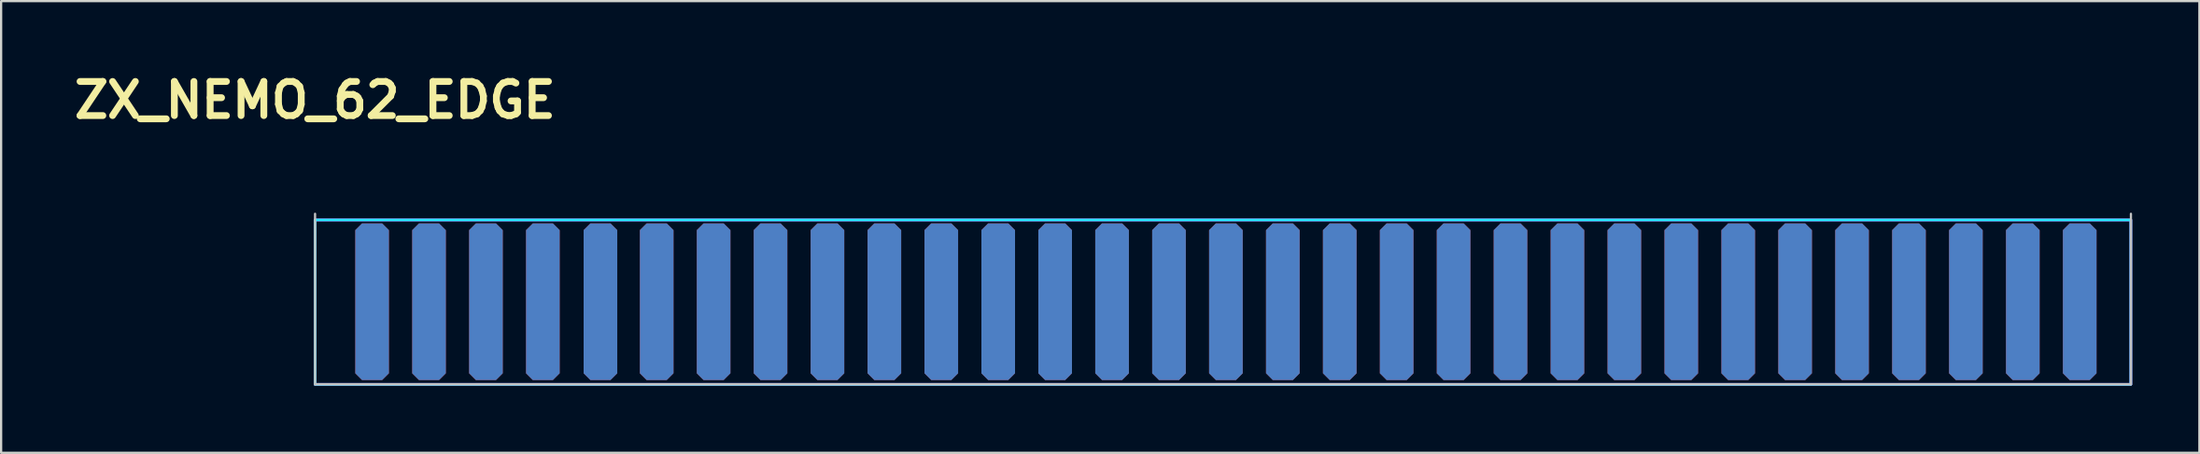
<source format=kicad_pcb>
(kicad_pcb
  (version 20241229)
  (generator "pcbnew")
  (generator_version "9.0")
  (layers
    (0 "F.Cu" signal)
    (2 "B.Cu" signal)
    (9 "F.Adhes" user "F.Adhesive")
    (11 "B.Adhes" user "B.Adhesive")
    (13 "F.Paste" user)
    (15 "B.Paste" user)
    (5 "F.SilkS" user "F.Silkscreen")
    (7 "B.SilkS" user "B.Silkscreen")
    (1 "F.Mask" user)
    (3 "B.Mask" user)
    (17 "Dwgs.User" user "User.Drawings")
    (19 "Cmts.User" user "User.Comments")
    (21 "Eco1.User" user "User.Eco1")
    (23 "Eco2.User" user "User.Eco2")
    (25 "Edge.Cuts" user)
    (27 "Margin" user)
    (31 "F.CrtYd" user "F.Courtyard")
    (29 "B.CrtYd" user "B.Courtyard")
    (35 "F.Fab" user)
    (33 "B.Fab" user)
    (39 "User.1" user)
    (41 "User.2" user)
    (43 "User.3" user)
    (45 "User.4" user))
  (footprint "ZX_NEMO_62_EDGE"
    (layer "F.Cu")
    (at 11.009 6.506)
    (property "Reference" "ZX_NEMO_62_EDGE" (at 0 -5.08 0) (layer "F.SilkS") (effects (font (size 1.524 1.524) (thickness 0.305))))
    (attr through_hole)
    (fp_line (start 0 0) (end 0 7.62) (stroke (width 0.1) (type solid)) (layer "Dwgs.User"))
    (fp_line (start 0 7.62) (end 81.03 7.62) (stroke (width 0.1) (type solid)) (layer "Dwgs.User"))
    (fp_line (start 81.03 0) (end 81.03 7.62) (stroke (width 0.1) (type solid)) (layer "Dwgs.User"))
    (fp_rect (start 0 0.275) (end 81.025 7.625) (stroke (width 0.12) (type default)) (fill no) (layer "B.CrtYd"))
    (fp_rect (start 0 0.275) (end 81.025 7.625) (stroke (width 0.12) (type default)) (fill no) (layer "F.CrtYd"))
    (pad "a1" connect roundrect (at 2.545 3.93) (size 1.5 7) (layers "B.Cu" "B.Mask") (roundrect_rratio 0) (chamfer_ratio 0.2) (chamfer top_left top_right bottom_left bottom_right))
    (pad "a2" connect roundrect (at 5.085 3.93) (size 1.5 7) (layers "B.Cu" "B.Mask") (roundrect_rratio 0) (chamfer_ratio 0.2) (chamfer top_left top_right bottom_left bottom_right))
    (pad "a3" connect roundrect (at 7.625 3.93) (size 1.5 7) (layers "B.Cu" "B.Mask") (roundrect_rratio 0) (chamfer_ratio 0.2) (chamfer top_left top_right bottom_left bottom_right))
    (pad "a4" connect roundrect (at 10.165 3.93) (size 1.5 7) (layers "B.Cu" "B.Mask") (roundrect_rratio 0) (chamfer_ratio 0.2) (chamfer top_left top_right bottom_left bottom_right))
    (pad "a5" connect roundrect (at 12.735 3.93) (size 1.5 7) (layers "B.Cu" "B.Mask") (roundrect_rratio 0) (chamfer_ratio 0.2) (chamfer top_left top_right bottom_left bottom_right))
    (pad "a6" connect roundrect (at 15.245 3.93) (size 1.5 7) (layers "B.Cu" "B.Mask") (roundrect_rratio 0) (chamfer_ratio 0.2) (chamfer top_left top_right bottom_left bottom_right))
    (pad "a7" connect roundrect (at 17.785 3.93) (size 1.5 7) (layers "B.Cu" "B.Mask") (roundrect_rratio 0) (chamfer_ratio 0.2) (chamfer top_left top_right bottom_left bottom_right))
    (pad "a8" connect roundrect (at 20.325 3.93) (size 1.5 7) (layers "B.Cu" "B.Mask") (roundrect_rratio 0) (chamfer_ratio 0.2) (chamfer top_left top_right bottom_left bottom_right))
    (pad "a9" connect roundrect (at 22.865 3.93) (size 1.5 7) (layers "B.Cu" "B.Mask") (roundrect_rratio 0) (chamfer_ratio 0.2) (chamfer top_left top_right bottom_left bottom_right))
    (pad "a10" connect roundrect (at 25.405 3.93) (size 1.5 7) (layers "B.Cu" "B.Mask") (roundrect_rratio 0) (chamfer_ratio 0.2) (chamfer top_left top_right bottom_left bottom_right))
    (pad "a11" connect roundrect (at 27.945 3.93) (size 1.5 7) (layers "B.Cu" "B.Mask") (roundrect_rratio 0) (chamfer_ratio 0.2) (chamfer top_left top_right bottom_left bottom_right))
    (pad "a12" connect roundrect (at 30.485 3.93) (size 1.5 7) (layers "B.Cu" "B.Mask") (roundrect_rratio 0) (chamfer_ratio 0.2) (chamfer top_left top_right bottom_left bottom_right))
    (pad "a13" connect roundrect (at 33.025 3.93) (size 1.5 7) (layers "B.Cu" "B.Mask") (roundrect_rratio 0) (chamfer_ratio 0.2) (chamfer top_left top_right bottom_left bottom_right))
    (pad "a14" connect roundrect (at 35.565 3.93) (size 1.5 7) (layers "B.Cu" "B.Mask") (roundrect_rratio 0) (chamfer_ratio 0.2) (chamfer top_left top_right bottom_left bottom_right))
    (pad "a15" connect roundrect (at 38.105 3.93) (size 1.5 7) (layers "B.Cu" "B.Mask") (roundrect_rratio 0) (chamfer_ratio 0.2) (chamfer top_left top_right bottom_left bottom_right))
    (pad "a16" connect roundrect (at 40.645 3.93) (size 1.5 7) (layers "B.Cu" "B.Mask") (roundrect_rratio 0) (chamfer_ratio 0.2) (chamfer top_left top_right bottom_left bottom_right))
    (pad "a17" connect roundrect (at 43.185 3.93) (size 1.5 7) (layers "B.Cu" "B.Mask") (roundrect_rratio 0) (chamfer_ratio 0.2) (chamfer top_left top_right bottom_left bottom_right))
    (pad "a18" connect roundrect (at 45.725 3.93) (size 1.5 7) (layers "B.Cu" "B.Mask") (roundrect_rratio 0) (chamfer_ratio 0.2) (chamfer top_left top_right bottom_left bottom_right))
    (pad "a19" connect roundrect (at 48.265 3.93) (size 1.5 7) (layers "B.Cu" "B.Mask") (roundrect_rratio 0) (chamfer_ratio 0.2) (chamfer top_left top_right bottom_left bottom_right))
    (pad "a20" connect roundrect (at 50.805 3.93) (size 1.5 7) (layers "B.Cu" "B.Mask") (roundrect_rratio 0) (chamfer_ratio 0.2) (chamfer top_left top_right bottom_left bottom_right))
    (pad "a21" connect roundrect (at 53.345 3.93) (size 1.5 7) (layers "B.Cu" "B.Mask") (roundrect_rratio 0) (chamfer_ratio 0.2) (chamfer top_left top_right bottom_left bottom_right))
    (pad "a22" connect roundrect (at 55.885 3.93) (size 1.5 7) (layers "B.Cu" "B.Mask") (roundrect_rratio 0) (chamfer_ratio 0.2) (chamfer top_left top_right bottom_left bottom_right))
    (pad "a23" connect roundrect (at 58.425 3.93) (size 1.5 7) (layers "B.Cu" "B.Mask") (roundrect_rratio 0) (chamfer_ratio 0.2) (chamfer top_left top_right bottom_left bottom_right))
    (pad "a24" connect roundrect (at 60.965 3.93) (size 1.5 7) (layers "B.Cu" "B.Mask") (roundrect_rratio 0) (chamfer_ratio 0.2) (chamfer top_left top_right bottom_left bottom_right))
    (pad "a25" connect roundrect (at 63.505 3.93) (size 1.5 7) (layers "B.Cu" "B.Mask") (roundrect_rratio 0) (chamfer_ratio 0.2) (chamfer top_left top_right bottom_left bottom_right))
    (pad "a26" connect roundrect (at 66.045 3.93) (size 1.5 7) (layers "B.Cu" "B.Mask") (roundrect_rratio 0) (chamfer_ratio 0.2) (chamfer top_left top_right bottom_left bottom_right))
    (pad "a27" connect roundrect (at 68.585 3.93) (size 1.5 7) (layers "B.Cu" "B.Mask") (roundrect_rratio 0) (chamfer_ratio 0.2) (chamfer top_left top_right bottom_left bottom_right))
    (pad "a28" connect roundrect (at 71.125 3.93) (size 1.5 7) (layers "B.Cu" "B.Mask") (roundrect_rratio 0) (chamfer_ratio 0.2) (chamfer top_left top_right bottom_left bottom_right))
    (pad "a29" connect roundrect (at 73.665 3.93) (size 1.5 7) (layers "B.Cu" "B.Mask") (roundrect_rratio 0) (chamfer_ratio 0.2) (chamfer top_left top_right bottom_left bottom_right))
    (pad "a30" connect roundrect (at 76.205 3.93) (size 1.5 7) (layers "B.Cu" "B.Mask") (roundrect_rratio 0) (chamfer_ratio 0.2) (chamfer top_left top_right bottom_left bottom_right))
    (pad "a31" connect roundrect (at 78.745 3.93) (size 1.5 7) (layers "B.Cu" "B.Mask") (roundrect_rratio 0) (chamfer_ratio 0.2) (chamfer top_left top_right bottom_left bottom_right))
    (pad "b1" connect roundrect (at 2.545 3.93) (size 1.5 7) (layers "F.Cu" "F.Mask") (roundrect_rratio 0) (chamfer_ratio 0.2) (chamfer top_left top_right bottom_left bottom_right))
    (pad "b2" connect roundrect (at 5.085 3.93) (size 1.5 7) (layers "F.Cu" "F.Mask") (roundrect_rratio 0) (chamfer_ratio 0.2) (chamfer top_left top_right bottom_left bottom_right))
    (pad "b3" connect roundrect (at 7.625 3.93) (size 1.5 7) (layers "F.Cu" "F.Mask") (roundrect_rratio 0) (chamfer_ratio 0.2) (chamfer top_left top_right bottom_left bottom_right))
    (pad "b4" connect roundrect (at 10.165 3.93) (size 1.5 7) (layers "F.Cu" "F.Mask") (roundrect_rratio 0) (chamfer_ratio 0.2) (chamfer top_left top_right bottom_left bottom_right))
    (pad "b5" connect roundrect (at 12.735 3.93) (size 1.5 7) (layers "F.Cu" "F.Mask") (roundrect_rratio 0) (chamfer_ratio 0.2) (chamfer top_left top_right bottom_left bottom_right))
    (pad "b6" connect roundrect (at 15.245 3.93) (size 1.5 7) (layers "F.Cu" "F.Mask") (roundrect_rratio 0) (chamfer_ratio 0.2) (chamfer top_left top_right bottom_left bottom_right))
    (pad "b7" connect roundrect (at 17.785 3.93) (size 1.5 7) (layers "F.Cu" "F.Mask") (roundrect_rratio 0) (chamfer_ratio 0.2) (chamfer top_left top_right bottom_left bottom_right))
    (pad "b8" connect roundrect (at 20.325 3.93) (size 1.5 7) (layers "F.Cu" "F.Mask") (roundrect_rratio 0) (chamfer_ratio 0.2) (chamfer top_left top_right bottom_left bottom_right))
    (pad "b9" connect roundrect (at 22.865 3.93) (size 1.5 7) (layers "F.Cu" "F.Mask") (roundrect_rratio 0) (chamfer_ratio 0.2) (chamfer top_left top_right bottom_left bottom_right))
    (pad "b10" connect roundrect (at 25.405 3.93) (size 1.5 7) (layers "F.Cu" "F.Mask") (roundrect_rratio 0) (chamfer_ratio 0.2) (chamfer top_left top_right bottom_left bottom_right))
    (pad "b11" connect roundrect (at 27.945 3.93) (size 1.5 7) (layers "F.Cu" "F.Mask") (roundrect_rratio 0) (chamfer_ratio 0.2) (chamfer top_left top_right bottom_left bottom_right))
    (pad "b12" connect roundrect (at 30.485 3.93) (size 1.5 7) (layers "F.Cu" "F.Mask") (roundrect_rratio 0) (chamfer_ratio 0.2) (chamfer top_left top_right bottom_left bottom_right))
    (pad "b13" connect roundrect (at 33.025 3.93) (size 1.5 7) (layers "F.Cu" "F.Mask") (roundrect_rratio 0) (chamfer_ratio 0.2) (chamfer top_left top_right bottom_left bottom_right))
    (pad "b14" connect roundrect (at 35.565 3.93) (size 1.5 7) (layers "F.Cu" "F.Mask") (roundrect_rratio 0) (chamfer_ratio 0.2) (chamfer top_left top_right bottom_left bottom_right))
    (pad "b15" connect roundrect (at 38.105 3.93) (size 1.5 7) (layers "F.Cu" "F.Mask") (roundrect_rratio 0) (chamfer_ratio 0.2) (chamfer top_left top_right bottom_left bottom_right))
    (pad "b16" connect roundrect (at 40.645 3.93) (size 1.5 7) (layers "F.Cu" "F.Mask") (roundrect_rratio 0) (chamfer_ratio 0.2) (chamfer top_left top_right bottom_left bottom_right))
    (pad "b17" connect roundrect (at 43.185 3.93) (size 1.5 7) (layers "F.Cu" "F.Mask") (roundrect_rratio 0) (chamfer_ratio 0.2) (chamfer top_left top_right bottom_left bottom_right))
    (pad "b18" connect roundrect (at 45.725 3.93) (size 1.5 7) (layers "F.Cu" "F.Mask") (roundrect_rratio 0) (chamfer_ratio 0.2) (chamfer top_left top_right bottom_left bottom_right))
    (pad "b19" connect roundrect (at 48.265 3.93) (size 1.5 7) (layers "F.Cu" "F.Mask") (roundrect_rratio 0) (chamfer_ratio 0.2) (chamfer top_left top_right bottom_left bottom_right))
    (pad "b20" connect roundrect (at 50.805 3.93) (size 1.5 7) (layers "F.Cu" "F.Mask") (roundrect_rratio 0) (chamfer_ratio 0.2) (chamfer top_left top_right bottom_left bottom_right))
    (pad "b21" connect roundrect (at 53.345 3.93) (size 1.5 7) (layers "F.Cu" "F.Mask") (roundrect_rratio 0) (chamfer_ratio 0.2) (chamfer top_left top_right bottom_left bottom_right))
    (pad "b22" connect roundrect (at 55.885 3.93) (size 1.5 7) (layers "F.Cu" "F.Mask") (roundrect_rratio 0) (chamfer_ratio 0.2) (chamfer top_left top_right bottom_left bottom_right))
    (pad "b23" connect roundrect (at 58.425 3.93) (size 1.5 7) (layers "F.Cu" "F.Mask") (roundrect_rratio 0) (chamfer_ratio 0.2) (chamfer top_left top_right bottom_left bottom_right))
    (pad "b24" connect roundrect (at 60.965 3.93) (size 1.5 7) (layers "F.Cu" "F.Mask") (roundrect_rratio 0) (chamfer_ratio 0.2) (chamfer top_left top_right bottom_left bottom_right))
    (pad "b25" connect roundrect (at 63.505 3.93) (size 1.5 7) (layers "F.Cu" "F.Mask") (roundrect_rratio 0) (chamfer_ratio 0.2) (chamfer top_left top_right bottom_left bottom_right))
    (pad "b26" connect roundrect (at 66.045 3.93) (size 1.5 7) (layers "F.Cu" "F.Mask") (roundrect_rratio 0) (chamfer_ratio 0.2) (chamfer top_left top_right bottom_left bottom_right))
    (pad "b27" connect roundrect (at 68.585 3.93) (size 1.5 7) (layers "F.Cu" "F.Mask") (roundrect_rratio 0) (chamfer_ratio 0.2) (chamfer top_left top_right bottom_left bottom_right))
    (pad "b28" connect roundrect (at 71.125 3.93) (size 1.5 7) (layers "F.Cu" "F.Mask") (roundrect_rratio 0) (chamfer_ratio 0.2) (chamfer top_left top_right bottom_left bottom_right))
    (pad "b29" connect roundrect (at 73.665 3.93) (size 1.5 7) (layers "F.Cu" "F.Mask") (roundrect_rratio 0) (chamfer_ratio 0.2) (chamfer top_left top_right bottom_left bottom_right))
    (pad "b30" connect roundrect (at 76.205 3.93) (size 1.5 7) (layers "F.Cu" "F.Mask") (roundrect_rratio 0) (chamfer_ratio 0.2) (chamfer top_left top_right bottom_left bottom_right))
    (pad "b31" connect roundrect (at 78.745 3.93) (size 1.5 7) (layers "F.Cu" "F.Mask") (roundrect_rratio 0) (chamfer_ratio 0.2) (chamfer top_left top_right bottom_left bottom_right)))
  (gr_rect
    (start -3 -3)
    (end 95.094 17.191)
    (stroke (width 0.1) (type default))
    (fill no)
    (layer "Edge.Cuts")))
</source>
